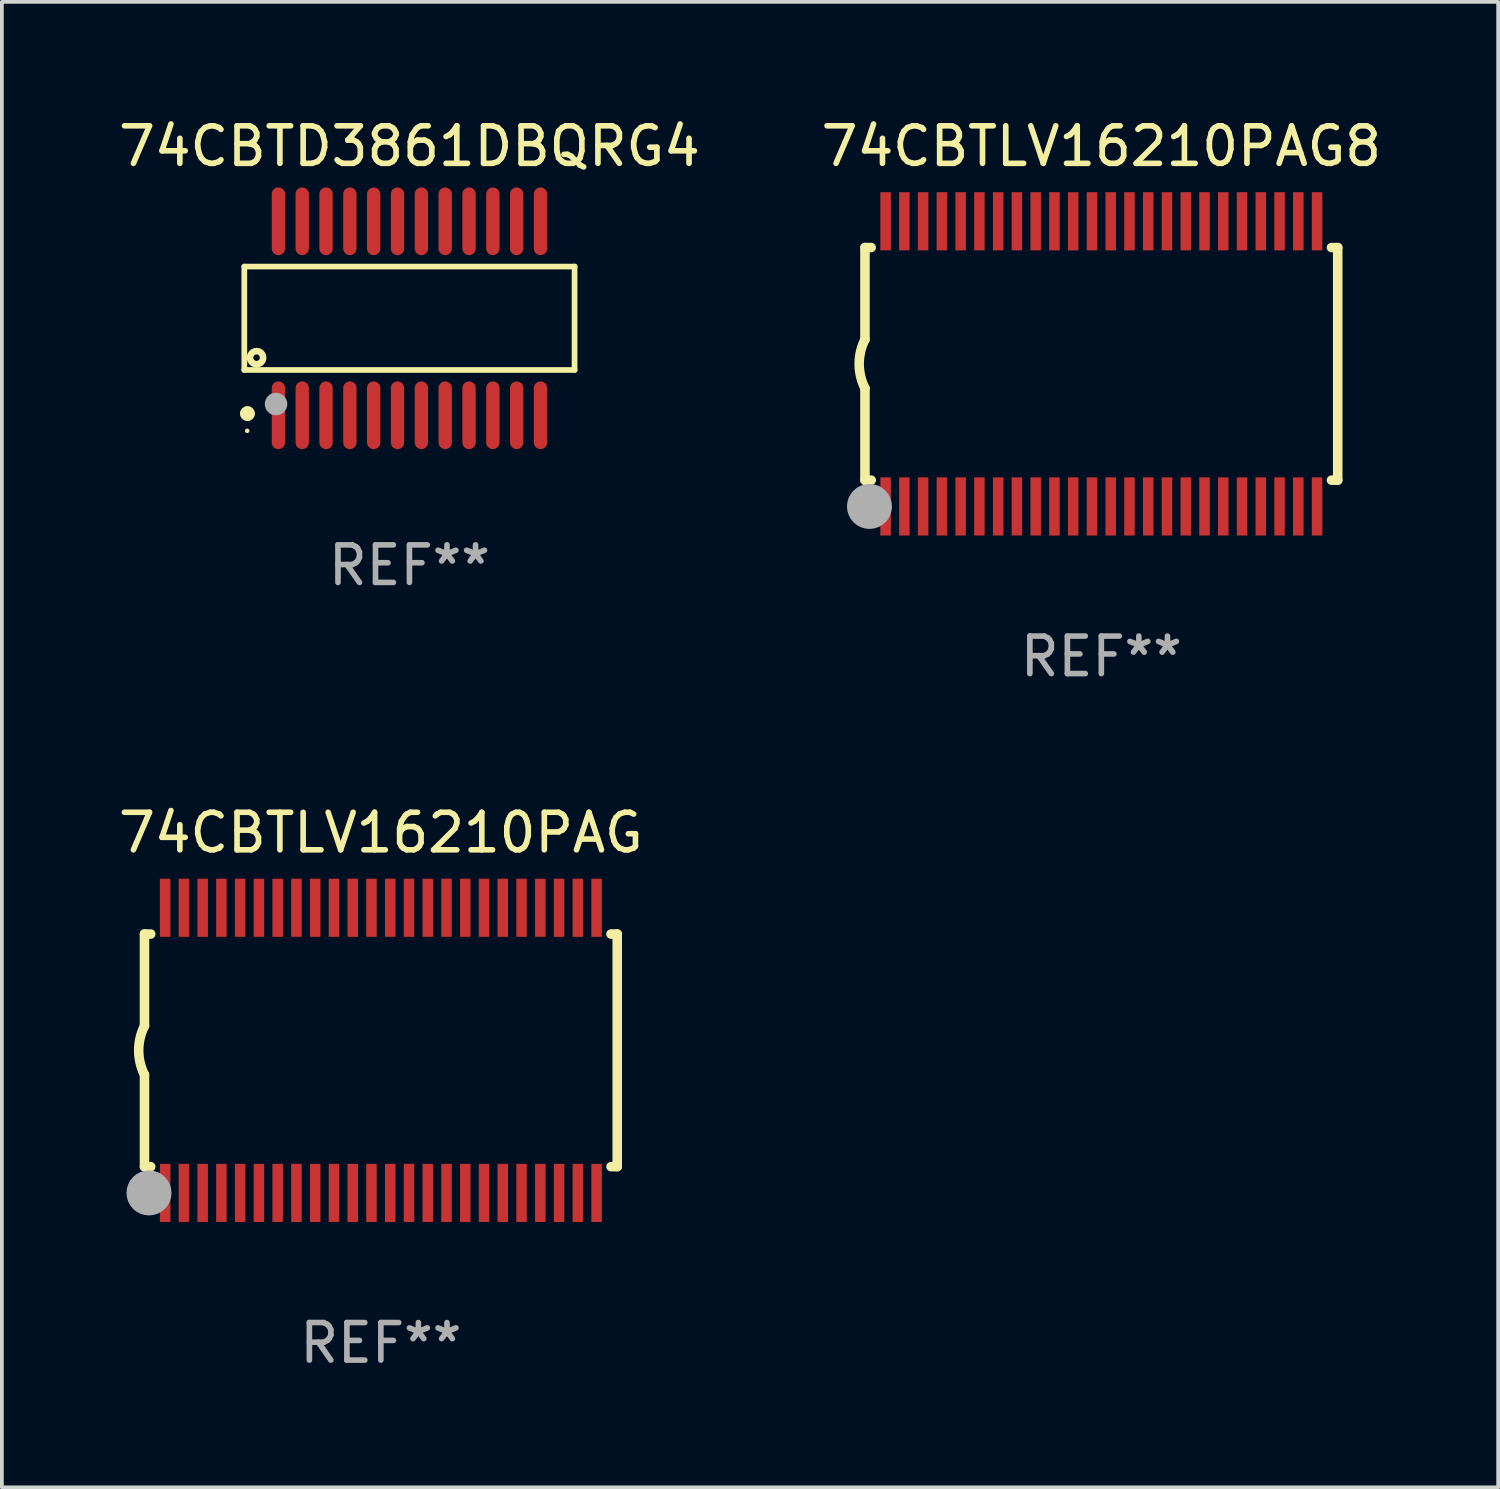
<source format=kicad_pcb>
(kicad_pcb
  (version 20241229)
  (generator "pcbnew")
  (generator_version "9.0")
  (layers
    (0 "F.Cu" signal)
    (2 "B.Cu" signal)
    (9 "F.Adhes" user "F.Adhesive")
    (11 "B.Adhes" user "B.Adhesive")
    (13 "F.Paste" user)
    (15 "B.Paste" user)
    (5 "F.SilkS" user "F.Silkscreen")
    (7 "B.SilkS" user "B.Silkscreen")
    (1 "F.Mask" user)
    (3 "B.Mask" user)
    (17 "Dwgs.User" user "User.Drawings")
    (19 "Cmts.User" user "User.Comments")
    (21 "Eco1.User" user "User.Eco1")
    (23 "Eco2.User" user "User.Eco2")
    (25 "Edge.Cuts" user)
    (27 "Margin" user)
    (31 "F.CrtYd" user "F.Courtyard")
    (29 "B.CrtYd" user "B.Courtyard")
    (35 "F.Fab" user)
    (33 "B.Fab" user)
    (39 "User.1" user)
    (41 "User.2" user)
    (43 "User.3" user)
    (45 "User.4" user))
  (footprint "74CBTLV16210PAG8"
    (layer "F.Cu")
    (at 26.304 6.648)
    (property "Reference" "74CBTLV16210PAG8" (at 0 -5.8 0) (layer "F.SilkS") (effects (font (size 1 1) (thickness 0.15))))
    (attr through_hole)
    (fp_line (start -6.3 -3.1) (end -6.3 -0.65) (stroke (width 0.254) (type solid)) (layer "F.SilkS"))
    (fp_line (start -6.3 -3.1) (end -6.134 -3.1) (stroke (width 0.254) (type solid)) (layer "F.SilkS"))
    (fp_line (start -6.3 3.1) (end -6.3 0.65) (stroke (width 0.254) (type solid)) (layer "F.SilkS"))
    (fp_line (start -6.3 3.1) (end -6.134 3.1) (stroke (width 0.254) (type solid)) (layer "F.SilkS"))
    (fp_line (start 6.134 -3.1) (end 6.3 -3.1) (stroke (width 0.254) (type solid)) (layer "F.SilkS"))
    (fp_line (start 6.134 3.1) (end 6.3 3.1) (stroke (width 0.254) (type solid)) (layer "F.SilkS"))
    (fp_line (start 6.3 -3.1) (end 6.3 3.1) (stroke (width 0.254) (type solid)) (layer "F.SilkS"))
    (fp_arc (start -6.301016 0.650114) (mid -6.45413 -0.000082) (end -6.3 -0.650038) (stroke (width 0.254001) (type solid)) (layer "F.SilkS"))
    (fp_circle (center -6.35 3.81) (end -6.223 3.81) (stroke (width 0.254) (type solid)) (fill no) (layer "F.SilkS"))
    (fp_circle (center -6.25 4.05) (end -6.22 4.05) (stroke (width 0.06) (type solid)) (fill no) (layer "F.SilkS"))
    (fp_circle (center -6.18 3.8) (end -5.88 3.8) (stroke (width 0.6) (type solid)) (fill no) (layer "F.Fab"))
    (fp_text user "REF**" (at 0 7.8 0) (layer "F.Fab") (effects (font (size 1 1) (thickness 0.15))))
    (pad "1" smd rect (at -5.75 3.8) (size 0.28 1.55) (layers "F.Cu" "F.Mask" "F.Paste"))
    (pad "2" smd rect (at -5.25 3.8) (size 0.28 1.55) (layers "F.Cu" "F.Mask" "F.Paste"))
    (pad "3" smd rect (at -4.75 3.8) (size 0.28 1.55) (layers "F.Cu" "F.Mask" "F.Paste"))
    (pad "4" smd rect (at -4.25 3.8) (size 0.28 1.55) (layers "F.Cu" "F.Mask" "F.Paste"))
    (pad "5" smd rect (at -3.75 3.8) (size 0.28 1.55) (layers "F.Cu" "F.Mask" "F.Paste"))
    (pad "6" smd rect (at -3.25 3.8) (size 0.28 1.55) (layers "F.Cu" "F.Mask" "F.Paste"))
    (pad "7" smd rect (at -2.75 3.8) (size 0.28 1.55) (layers "F.Cu" "F.Mask" "F.Paste"))
    (pad "8" smd rect (at -2.25 3.8) (size 0.28 1.55) (layers "F.Cu" "F.Mask" "F.Paste"))
    (pad "9" smd rect (at -1.75 3.8) (size 0.28 1.55) (layers "F.Cu" "F.Mask" "F.Paste"))
    (pad "10" smd rect (at -1.25 3.8) (size 0.28 1.55) (layers "F.Cu" "F.Mask" "F.Paste"))
    (pad "11" smd rect (at -0.75 3.8) (size 0.28 1.55) (layers "F.Cu" "F.Mask" "F.Paste"))
    (pad "12" smd rect (at -0.25 3.8) (size 0.28 1.55) (layers "F.Cu" "F.Mask" "F.Paste"))
    (pad "13" smd rect (at 0.25 3.8) (size 0.28 1.55) (layers "F.Cu" "F.Mask" "F.Paste"))
    (pad "14" smd rect (at 0.75 3.8) (size 0.28 1.55) (layers "F.Cu" "F.Mask" "F.Paste"))
    (pad "15" smd rect (at 1.25 3.8) (size 0.28 1.55) (layers "F.Cu" "F.Mask" "F.Paste"))
    (pad "16" smd rect (at 1.75 3.8) (size 0.28 1.55) (layers "F.Cu" "F.Mask" "F.Paste"))
    (pad "17" smd rect (at 2.25 3.8) (size 0.28 1.55) (layers "F.Cu" "F.Mask" "F.Paste"))
    (pad "18" smd rect (at 2.75 3.8) (size 0.28 1.55) (layers "F.Cu" "F.Mask" "F.Paste"))
    (pad "19" smd rect (at 3.25 3.8) (size 0.28 1.55) (layers "F.Cu" "F.Mask" "F.Paste"))
    (pad "20" smd rect (at 3.75 3.8) (size 0.28 1.55) (layers "F.Cu" "F.Mask" "F.Paste"))
    (pad "21" smd rect (at 4.25 3.8) (size 0.28 1.55) (layers "F.Cu" "F.Mask" "F.Paste"))
    (pad "22" smd rect (at 4.75 3.8) (size 0.28 1.55) (layers "F.Cu" "F.Mask" "F.Paste"))
    (pad "23" smd rect (at 5.25 3.8) (size 0.28 1.55) (layers "F.Cu" "F.Mask" "F.Paste"))
    (pad "24" smd rect (at 5.75 3.8) (size 0.28 1.55) (layers "F.Cu" "F.Mask" "F.Paste"))
    (pad "25" smd rect (at 5.75 -3.8) (size 0.28 1.55) (layers "F.Cu" "F.Mask" "F.Paste"))
    (pad "26" smd rect (at 5.25 -3.8) (size 0.28 1.55) (layers "F.Cu" "F.Mask" "F.Paste"))
    (pad "27" smd rect (at 4.75 -3.8) (size 0.28 1.55) (layers "F.Cu" "F.Mask" "F.Paste"))
    (pad "28" smd rect (at 4.25 -3.8) (size 0.28 1.55) (layers "F.Cu" "F.Mask" "F.Paste"))
    (pad "29" smd rect (at 3.75 -3.8) (size 0.28 1.55) (layers "F.Cu" "F.Mask" "F.Paste"))
    (pad "30" smd rect (at 3.25 -3.8) (size 0.28 1.55) (layers "F.Cu" "F.Mask" "F.Paste"))
    (pad "31" smd rect (at 2.75 -3.8) (size 0.28 1.55) (layers "F.Cu" "F.Mask" "F.Paste"))
    (pad "32" smd rect (at 2.25 -3.8) (size 0.28 1.55) (layers "F.Cu" "F.Mask" "F.Paste"))
    (pad "33" smd rect (at 1.75 -3.8) (size 0.28 1.55) (layers "F.Cu" "F.Mask" "F.Paste"))
    (pad "34" smd rect (at 1.25 -3.8) (size 0.28 1.55) (layers "F.Cu" "F.Mask" "F.Paste"))
    (pad "35" smd rect (at 0.75 -3.8) (size 0.28 1.55) (layers "F.Cu" "F.Mask" "F.Paste"))
    (pad "36" smd rect (at 0.25 -3.8) (size 0.28 1.55) (layers "F.Cu" "F.Mask" "F.Paste"))
    (pad "37" smd rect (at -0.25 -3.8) (size 0.28 1.55) (layers "F.Cu" "F.Mask" "F.Paste"))
    (pad "38" smd rect (at -0.75 -3.8) (size 0.28 1.55) (layers "F.Cu" "F.Mask" "F.Paste"))
    (pad "39" smd rect (at -1.25 -3.8) (size 0.28 1.55) (layers "F.Cu" "F.Mask" "F.Paste"))
    (pad "40" smd rect (at -1.75 -3.8) (size 0.28 1.55) (layers "F.Cu" "F.Mask" "F.Paste"))
    (pad "41" smd rect (at -2.25 -3.8) (size 0.28 1.55) (layers "F.Cu" "F.Mask" "F.Paste"))
    (pad "42" smd rect (at -2.75 -3.8) (size 0.28 1.55) (layers "F.Cu" "F.Mask" "F.Paste"))
    (pad "43" smd rect (at -3.25 -3.8) (size 0.28 1.55) (layers "F.Cu" "F.Mask" "F.Paste"))
    (pad "44" smd rect (at -3.75 -3.8) (size 0.28 1.55) (layers "F.Cu" "F.Mask" "F.Paste"))
    (pad "45" smd rect (at -4.25 -3.8) (size 0.28 1.55) (layers "F.Cu" "F.Mask" "F.Paste"))
    (pad "46" smd rect (at -4.75 -3.8) (size 0.28 1.55) (layers "F.Cu" "F.Mask" "F.Paste"))
    (pad "47" smd rect (at -5.25 -3.8) (size 0.28 1.55) (layers "F.Cu" "F.Mask" "F.Paste"))
    (pad "48" smd rect (at -5.75 -3.8) (size 0.28 1.55) (layers "F.Cu" "F.Mask" "F.Paste")))
  (footprint "74CBTD3861DBQRG4"
    (layer "F.Cu")
    (at 7.863 5.433)
    (property "Reference" "74CBTD3861DBQRG4" (at 0 -4.585 0) (layer "F.SilkS") (effects (font (size 1 1) (thickness 0.15))))
    (attr through_hole)
    (fp_line (start -4.401 -1.378) (end 4.401 -1.378) (stroke (width 0.152) (type solid)) (layer "F.SilkS"))
    (fp_line (start -4.401 1.378) (end -4.401 -1.378) (stroke (width 0.152) (type solid)) (layer "F.SilkS"))
    (fp_line (start 4.401 -1.378) (end 4.401 1.378) (stroke (width 0.152) (type solid)) (layer "F.SilkS"))
    (fp_line (start 4.401 1.378) (end -4.401 1.378) (stroke (width 0.152) (type solid)) (layer "F.SilkS"))
    (fp_circle (center -4.325 3) (end -4.295 3) (stroke (width 0.06) (type solid)) (fill no) (layer "F.SilkS"))
    (fp_circle (center -4.318 2.54) (end -4.218 2.54) (stroke (width 0.2) (type solid)) (fill no) (layer "F.SilkS"))
    (fp_circle (center -4.074 1.05) (end -3.987 1.05) (stroke (width 0.175) (type solid)) (fill no) (layer "F.SilkS"))
    (fp_circle (center -3.556 2.286) (end -3.406 2.286) (stroke (width 0.3) (type solid)) (fill no) (layer "F.Fab"))
    (fp_text user "REF**" (at 0 6.585 0) (layer "F.Fab") (effects (font (size 1 1) (thickness 0.15))))
    (pad "1" smd oval (at -3.493 2.585) (size 0.356 1.805) (layers "F.Cu" "F.Mask" "F.Paste"))
    (pad "2" smd oval (at -2.858 2.585) (size 0.356 1.805) (layers "F.Cu" "F.Mask" "F.Paste"))
    (pad "3" smd oval (at -2.223 2.585) (size 0.356 1.805) (layers "F.Cu" "F.Mask" "F.Paste"))
    (pad "4" smd oval (at -1.588 2.585) (size 0.356 1.805) (layers "F.Cu" "F.Mask" "F.Paste"))
    (pad "5" smd oval (at -0.953 2.585) (size 0.356 1.805) (layers "F.Cu" "F.Mask" "F.Paste"))
    (pad "6" smd oval (at -0.318 2.585) (size 0.356 1.805) (layers "F.Cu" "F.Mask" "F.Paste"))
    (pad "7" smd oval (at 0.318 2.585) (size 0.356 1.805) (layers "F.Cu" "F.Mask" "F.Paste"))
    (pad "8" smd oval (at 0.953 2.585) (size 0.356 1.805) (layers "F.Cu" "F.Mask" "F.Paste"))
    (pad "9" smd oval (at 1.588 2.585) (size 0.356 1.805) (layers "F.Cu" "F.Mask" "F.Paste"))
    (pad "10" smd oval (at 2.223 2.585) (size 0.356 1.805) (layers "F.Cu" "F.Mask" "F.Paste"))
    (pad "11" smd oval (at 2.858 2.585) (size 0.356 1.805) (layers "F.Cu" "F.Mask" "F.Paste"))
    (pad "12" smd oval (at 3.493 2.585) (size 0.356 1.805) (layers "F.Cu" "F.Mask" "F.Paste"))
    (pad "13" smd oval (at 3.493 -2.585) (size 0.356 1.805) (layers "F.Cu" "F.Mask" "F.Paste"))
    (pad "14" smd oval (at 2.858 -2.585) (size 0.356 1.805) (layers "F.Cu" "F.Mask" "F.Paste"))
    (pad "15" smd oval (at 2.223 -2.585) (size 0.356 1.805) (layers "F.Cu" "F.Mask" "F.Paste"))
    (pad "16" smd oval (at 1.588 -2.585) (size 0.356 1.805) (layers "F.Cu" "F.Mask" "F.Paste"))
    (pad "17" smd oval (at 0.953 -2.585) (size 0.356 1.805) (layers "F.Cu" "F.Mask" "F.Paste"))
    (pad "18" smd oval (at 0.318 -2.585) (size 0.356 1.805) (layers "F.Cu" "F.Mask" "F.Paste"))
    (pad "19" smd oval (at -0.318 -2.585) (size 0.356 1.805) (layers "F.Cu" "F.Mask" "F.Paste"))
    (pad "20" smd oval (at -0.953 -2.585) (size 0.356 1.805) (layers "F.Cu" "F.Mask" "F.Paste"))
    (pad "21" smd oval (at -1.588 -2.585) (size 0.356 1.805) (layers "F.Cu" "F.Mask" "F.Paste"))
    (pad "22" smd oval (at -2.223 -2.585) (size 0.356 1.805) (layers "F.Cu" "F.Mask" "F.Paste"))
    (pad "23" smd oval (at -2.858 -2.585) (size 0.356 1.805) (layers "F.Cu" "F.Mask" "F.Paste"))
    (pad "24" smd oval (at -3.493 -2.585) (size 0.356 1.805) (layers "F.Cu" "F.Mask" "F.Paste")))
  (footprint "74CBTLV16210PAG"
    (layer "F.Cu")
    (at 7.101 24.945)
    (property "Reference" "74CBTLV16210PAG" (at 0 -5.8 0) (layer "F.SilkS") (effects (font (size 1 1) (thickness 0.15))))
    (attr through_hole)
    (fp_line (start -6.3 -3.1) (end -6.3 -0.65) (stroke (width 0.254) (type solid)) (layer "F.SilkS"))
    (fp_line (start -6.3 -3.1) (end -6.134 -3.1) (stroke (width 0.254) (type solid)) (layer "F.SilkS"))
    (fp_line (start -6.3 3.1) (end -6.3 0.65) (stroke (width 0.254) (type solid)) (layer "F.SilkS"))
    (fp_line (start -6.3 3.1) (end -6.134 3.1) (stroke (width 0.254) (type solid)) (layer "F.SilkS"))
    (fp_line (start 6.134 -3.1) (end 6.3 -3.1) (stroke (width 0.254) (type solid)) (layer "F.SilkS"))
    (fp_line (start 6.134 3.1) (end 6.3 3.1) (stroke (width 0.254) (type solid)) (layer "F.SilkS"))
    (fp_line (start 6.3 -3.1) (end 6.3 3.1) (stroke (width 0.254) (type solid)) (layer "F.SilkS"))
    (fp_arc (start -6.301016 0.650114) (mid -6.45413 -0.000082) (end -6.3 -0.650038) (stroke (width 0.254001) (type solid)) (layer "F.SilkS"))
    (fp_circle (center -6.35 3.81) (end -6.223 3.81) (stroke (width 0.254) (type solid)) (fill no) (layer "F.SilkS"))
    (fp_circle (center -6.25 4.05) (end -6.22 4.05) (stroke (width 0.06) (type solid)) (fill no) (layer "F.SilkS"))
    (fp_circle (center -6.18 3.8) (end -5.88 3.8) (stroke (width 0.6) (type solid)) (fill no) (layer "F.Fab"))
    (fp_text user "REF**" (at 0 7.8 0) (layer "F.Fab") (effects (font (size 1 1) (thickness 0.15))))
    (pad "1" smd rect (at -5.75 3.8) (size 0.28 1.55) (layers "F.Cu" "F.Mask" "F.Paste"))
    (pad "2" smd rect (at -5.25 3.8) (size 0.28 1.55) (layers "F.Cu" "F.Mask" "F.Paste"))
    (pad "3" smd rect (at -4.75 3.8) (size 0.28 1.55) (layers "F.Cu" "F.Mask" "F.Paste"))
    (pad "4" smd rect (at -4.25 3.8) (size 0.28 1.55) (layers "F.Cu" "F.Mask" "F.Paste"))
    (pad "5" smd rect (at -3.75 3.8) (size 0.28 1.55) (layers "F.Cu" "F.Mask" "F.Paste"))
    (pad "6" smd rect (at -3.25 3.8) (size 0.28 1.55) (layers "F.Cu" "F.Mask" "F.Paste"))
    (pad "7" smd rect (at -2.75 3.8) (size 0.28 1.55) (layers "F.Cu" "F.Mask" "F.Paste"))
    (pad "8" smd rect (at -2.25 3.8) (size 0.28 1.55) (layers "F.Cu" "F.Mask" "F.Paste"))
    (pad "9" smd rect (at -1.75 3.8) (size 0.28 1.55) (layers "F.Cu" "F.Mask" "F.Paste"))
    (pad "10" smd rect (at -1.25 3.8) (size 0.28 1.55) (layers "F.Cu" "F.Mask" "F.Paste"))
    (pad "11" smd rect (at -0.75 3.8) (size 0.28 1.55) (layers "F.Cu" "F.Mask" "F.Paste"))
    (pad "12" smd rect (at -0.25 3.8) (size 0.28 1.55) (layers "F.Cu" "F.Mask" "F.Paste"))
    (pad "13" smd rect (at 0.25 3.8) (size 0.28 1.55) (layers "F.Cu" "F.Mask" "F.Paste"))
    (pad "14" smd rect (at 0.75 3.8) (size 0.28 1.55) (layers "F.Cu" "F.Mask" "F.Paste"))
    (pad "15" smd rect (at 1.25 3.8) (size 0.28 1.55) (layers "F.Cu" "F.Mask" "F.Paste"))
    (pad "16" smd rect (at 1.75 3.8) (size 0.28 1.55) (layers "F.Cu" "F.Mask" "F.Paste"))
    (pad "17" smd rect (at 2.25 3.8) (size 0.28 1.55) (layers "F.Cu" "F.Mask" "F.Paste"))
    (pad "18" smd rect (at 2.75 3.8) (size 0.28 1.55) (layers "F.Cu" "F.Mask" "F.Paste"))
    (pad "19" smd rect (at 3.25 3.8) (size 0.28 1.55) (layers "F.Cu" "F.Mask" "F.Paste"))
    (pad "20" smd rect (at 3.75 3.8) (size 0.28 1.55) (layers "F.Cu" "F.Mask" "F.Paste"))
    (pad "21" smd rect (at 4.25 3.8) (size 0.28 1.55) (layers "F.Cu" "F.Mask" "F.Paste"))
    (pad "22" smd rect (at 4.75 3.8) (size 0.28 1.55) (layers "F.Cu" "F.Mask" "F.Paste"))
    (pad "23" smd rect (at 5.25 3.8) (size 0.28 1.55) (layers "F.Cu" "F.Mask" "F.Paste"))
    (pad "24" smd rect (at 5.75 3.8) (size 0.28 1.55) (layers "F.Cu" "F.Mask" "F.Paste"))
    (pad "25" smd rect (at 5.75 -3.8) (size 0.28 1.55) (layers "F.Cu" "F.Mask" "F.Paste"))
    (pad "26" smd rect (at 5.25 -3.8) (size 0.28 1.55) (layers "F.Cu" "F.Mask" "F.Paste"))
    (pad "27" smd rect (at 4.75 -3.8) (size 0.28 1.55) (layers "F.Cu" "F.Mask" "F.Paste"))
    (pad "28" smd rect (at 4.25 -3.8) (size 0.28 1.55) (layers "F.Cu" "F.Mask" "F.Paste"))
    (pad "29" smd rect (at 3.75 -3.8) (size 0.28 1.55) (layers "F.Cu" "F.Mask" "F.Paste"))
    (pad "30" smd rect (at 3.25 -3.8) (size 0.28 1.55) (layers "F.Cu" "F.Mask" "F.Paste"))
    (pad "31" smd rect (at 2.75 -3.8) (size 0.28 1.55) (layers "F.Cu" "F.Mask" "F.Paste"))
    (pad "32" smd rect (at 2.25 -3.8) (size 0.28 1.55) (layers "F.Cu" "F.Mask" "F.Paste"))
    (pad "33" smd rect (at 1.75 -3.8) (size 0.28 1.55) (layers "F.Cu" "F.Mask" "F.Paste"))
    (pad "34" smd rect (at 1.25 -3.8) (size 0.28 1.55) (layers "F.Cu" "F.Mask" "F.Paste"))
    (pad "35" smd rect (at 0.75 -3.8) (size 0.28 1.55) (layers "F.Cu" "F.Mask" "F.Paste"))
    (pad "36" smd rect (at 0.25 -3.8) (size 0.28 1.55) (layers "F.Cu" "F.Mask" "F.Paste"))
    (pad "37" smd rect (at -0.25 -3.8) (size 0.28 1.55) (layers "F.Cu" "F.Mask" "F.Paste"))
    (pad "38" smd rect (at -0.75 -3.8) (size 0.28 1.55) (layers "F.Cu" "F.Mask" "F.Paste"))
    (pad "39" smd rect (at -1.25 -3.8) (size 0.28 1.55) (layers "F.Cu" "F.Mask" "F.Paste"))
    (pad "40" smd rect (at -1.75 -3.8) (size 0.28 1.55) (layers "F.Cu" "F.Mask" "F.Paste"))
    (pad "41" smd rect (at -2.25 -3.8) (size 0.28 1.55) (layers "F.Cu" "F.Mask" "F.Paste"))
    (pad "42" smd rect (at -2.75 -3.8) (size 0.28 1.55) (layers "F.Cu" "F.Mask" "F.Paste"))
    (pad "43" smd rect (at -3.25 -3.8) (size 0.28 1.55) (layers "F.Cu" "F.Mask" "F.Paste"))
    (pad "44" smd rect (at -3.75 -3.8) (size 0.28 1.55) (layers "F.Cu" "F.Mask" "F.Paste"))
    (pad "45" smd rect (at -4.25 -3.8) (size 0.28 1.55) (layers "F.Cu" "F.Mask" "F.Paste"))
    (pad "46" smd rect (at -4.75 -3.8) (size 0.28 1.55) (layers "F.Cu" "F.Mask" "F.Paste"))
    (pad "47" smd rect (at -5.25 -3.8) (size 0.28 1.55) (layers "F.Cu" "F.Mask" "F.Paste"))
    (pad "48" smd rect (at -5.75 -3.8) (size 0.28 1.55) (layers "F.Cu" "F.Mask" "F.Paste")))
  (gr_rect
    (start -3 -3)
    (end 36.881 36.593)
    (stroke (width 0.1) (type default))
    (fill no)
    (layer "Edge.Cuts")))
</source>
